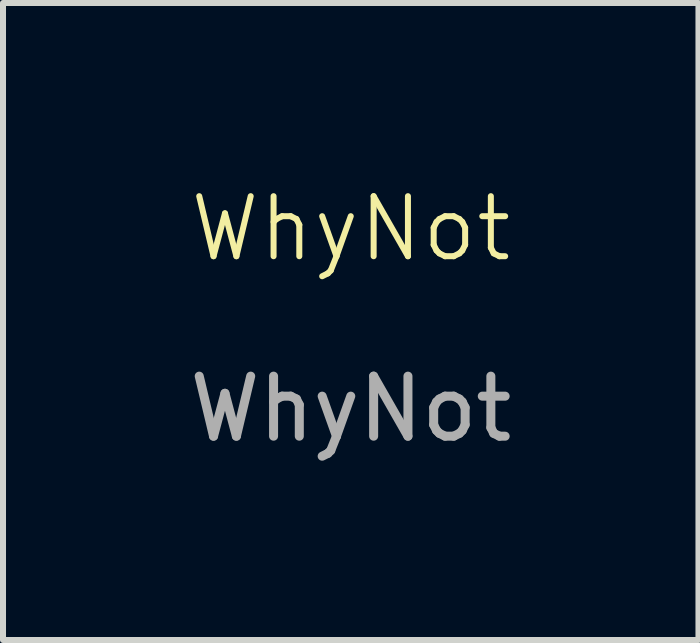
<source format=kicad_pcb>
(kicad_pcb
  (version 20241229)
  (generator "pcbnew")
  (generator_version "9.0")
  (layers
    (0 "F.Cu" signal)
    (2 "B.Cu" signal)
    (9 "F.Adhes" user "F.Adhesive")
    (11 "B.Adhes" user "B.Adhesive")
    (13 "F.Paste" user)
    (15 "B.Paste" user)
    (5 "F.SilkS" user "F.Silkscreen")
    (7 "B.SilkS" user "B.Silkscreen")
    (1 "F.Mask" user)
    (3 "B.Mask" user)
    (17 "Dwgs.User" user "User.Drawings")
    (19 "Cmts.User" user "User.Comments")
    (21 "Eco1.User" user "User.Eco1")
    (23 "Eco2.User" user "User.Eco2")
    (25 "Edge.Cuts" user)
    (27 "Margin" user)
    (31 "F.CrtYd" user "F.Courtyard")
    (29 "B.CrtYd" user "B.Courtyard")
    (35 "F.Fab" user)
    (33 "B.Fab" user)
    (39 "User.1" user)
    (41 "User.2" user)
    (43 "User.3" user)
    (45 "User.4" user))
  (footprint "WhyNot"
    (layer "F.Cu")
    (at 2.792 1.26)
    (property "Reference" "WhyNot" (at 0 -0.5 0) (unlocked yes) (layer "F.SilkS") (effects (font (size 1 1) (thickness 0.1))))
    (attr smd)
    (fp_text user "${REFERENCE}" (at 0 2.5 0) (unlocked yes) (layer "F.Fab") (effects (font (size 1 1) (thickness 0.15)))))
  (gr_rect
    (start -3 -3)
    (end 8.583 7.609)
    (stroke (width 0.1) (type default))
    (fill no)
    (layer "Edge.Cuts")))
</source>
